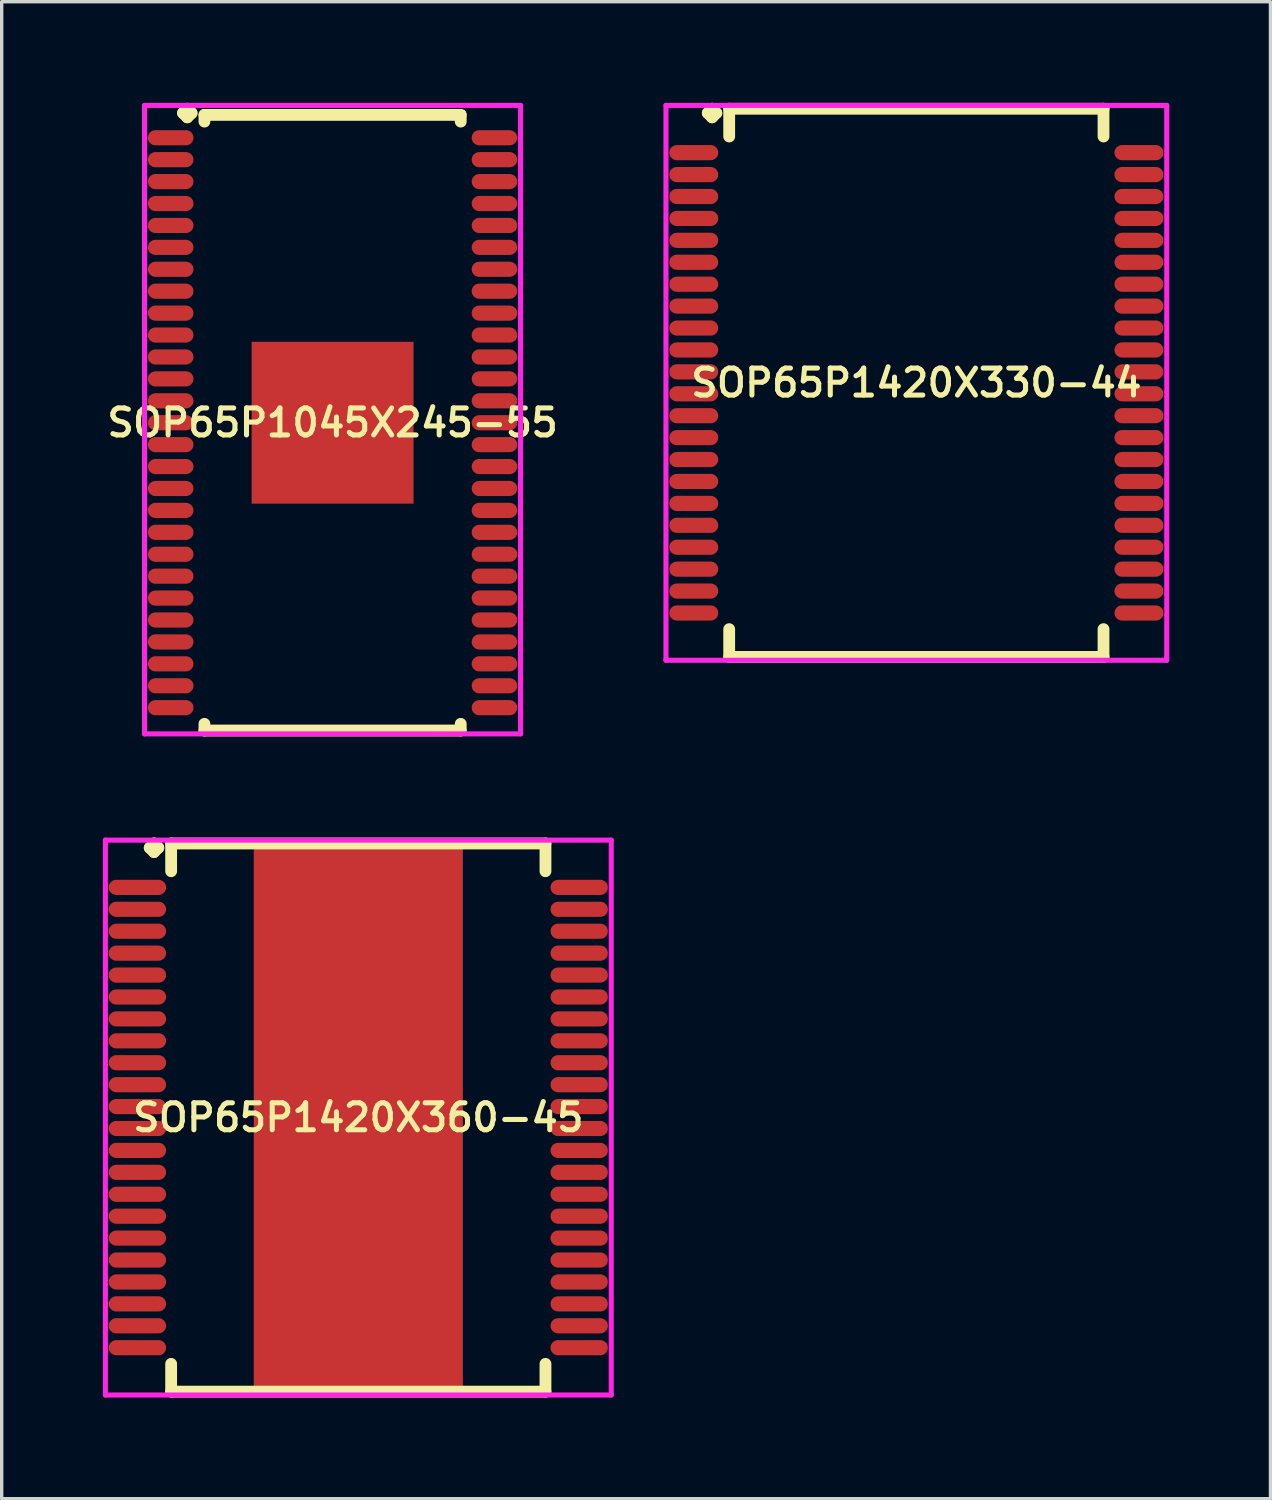
<source format=kicad_pcb>
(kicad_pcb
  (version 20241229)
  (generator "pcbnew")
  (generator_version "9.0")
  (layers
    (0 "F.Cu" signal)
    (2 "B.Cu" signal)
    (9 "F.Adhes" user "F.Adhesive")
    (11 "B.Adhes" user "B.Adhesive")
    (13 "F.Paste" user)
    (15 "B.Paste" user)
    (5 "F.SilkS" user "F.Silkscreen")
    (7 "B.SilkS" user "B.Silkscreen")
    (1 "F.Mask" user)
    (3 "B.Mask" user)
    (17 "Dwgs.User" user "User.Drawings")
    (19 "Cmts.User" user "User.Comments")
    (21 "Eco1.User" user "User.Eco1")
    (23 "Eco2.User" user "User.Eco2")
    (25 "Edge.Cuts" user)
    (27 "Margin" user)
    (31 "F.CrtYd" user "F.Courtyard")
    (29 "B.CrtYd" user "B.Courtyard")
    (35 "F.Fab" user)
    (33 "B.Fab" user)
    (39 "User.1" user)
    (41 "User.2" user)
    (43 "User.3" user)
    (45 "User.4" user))
  (footprint "SOP65P1045X245-55"
    (layer "F.Cu")
    (at 6.812 9.485)
    (property "Reference" "SOP65P1045X245-55" (at 0 0 0) (layer "F.SilkS") (effects (font (size 0.8 0.8) (thickness 0.15))))
    (attr smd)
    (fp_line (start -4.435 -9.183) (end -4.308 -9.31) (stroke (width 0.35) (type solid)) (layer "F.SilkS"))
    (fp_line (start -4.308 -9.31) (end -4.181 -9.183) (stroke (width 0.35) (type solid)) (layer "F.SilkS"))
    (fp_line (start -4.308 -9.056) (end -4.435 -9.183) (stroke (width 0.35) (type solid)) (layer "F.SilkS"))
    (fp_line (start -4.181 -9.183) (end -4.308 -9.056) (stroke (width 0.35) (type solid)) (layer "F.SilkS"))
    (fp_line (start -3.8 -9.127) (end 3.8 -9.127) (stroke (width 0.35) (type solid)) (layer "F.SilkS"))
    (fp_line (start -3.8 -8.929) (end -3.8 -9.127) (stroke (width 0.35) (type solid)) (layer "F.SilkS"))
    (fp_line (start -3.8 8.929) (end -3.8 9.127) (stroke (width 0.35) (type solid)) (layer "F.SilkS"))
    (fp_line (start -3.8 9.127) (end 3.8 9.127) (stroke (width 0.35) (type solid)) (layer "F.SilkS"))
    (fp_line (start 3.8 -9.127) (end 3.8 -8.929) (stroke (width 0.35) (type solid)) (layer "F.SilkS"))
    (fp_line (start 3.8 9.127) (end 3.8 8.929) (stroke (width 0.35) (type solid)) (layer "F.SilkS"))
    (fp_line (start -5.575 -9.41) (end 5.575 -9.41) (stroke (width 0.15) (type solid)) (layer "F.CrtYd"))
    (fp_line (start -5.575 9.227) (end -5.575 -9.41) (stroke (width 0.15) (type solid)) (layer "F.CrtYd"))
    (fp_line (start 5.575 -9.41) (end 5.575 9.227) (stroke (width 0.15) (type solid)) (layer "F.CrtYd"))
    (fp_line (start 5.575 9.227) (end -5.575 9.227) (stroke (width 0.15) (type solid)) (layer "F.CrtYd"))
    (pad "1" smd oval (at -4.8 -8.45) (size 1.35 0.45) (layers "F.Cu" "F.Mask" "F.Paste"))
    (pad "2" smd oval (at -4.8 -7.8) (size 1.35 0.45) (layers "F.Cu" "F.Mask" "F.Paste"))
    (pad "3" smd oval (at -4.8 -7.15) (size 1.35 0.45) (layers "F.Cu" "F.Mask" "F.Paste"))
    (pad "4" smd oval (at -4.8 -6.5) (size 1.35 0.45) (layers "F.Cu" "F.Mask" "F.Paste"))
    (pad "5" smd oval (at -4.8 -5.85) (size 1.35 0.45) (layers "F.Cu" "F.Mask" "F.Paste"))
    (pad "6" smd oval (at -4.8 -5.2) (size 1.35 0.45) (layers "F.Cu" "F.Mask" "F.Paste"))
    (pad "7" smd oval (at -4.8 -4.55) (size 1.35 0.45) (layers "F.Cu" "F.Mask" "F.Paste"))
    (pad "8" smd oval (at -4.8 -3.9) (size 1.35 0.45) (layers "F.Cu" "F.Mask" "F.Paste"))
    (pad "9" smd oval (at -4.8 -3.25) (size 1.35 0.45) (layers "F.Cu" "F.Mask" "F.Paste"))
    (pad "10" smd oval (at -4.8 -2.6) (size 1.35 0.45) (layers "F.Cu" "F.Mask" "F.Paste"))
    (pad "11" smd oval (at -4.8 -1.95) (size 1.35 0.45) (layers "F.Cu" "F.Mask" "F.Paste"))
    (pad "12" smd oval (at -4.8 -1.3) (size 1.35 0.45) (layers "F.Cu" "F.Mask" "F.Paste"))
    (pad "13" smd oval (at -4.8 -0.65) (size 1.35 0.45) (layers "F.Cu" "F.Mask" "F.Paste"))
    (pad "14" smd oval (at -4.8 0) (size 1.35 0.45) (layers "F.Cu" "F.Mask" "F.Paste"))
    (pad "15" smd oval (at -4.8 0.65) (size 1.35 0.45) (layers "F.Cu" "F.Mask" "F.Paste"))
    (pad "16" smd oval (at -4.8 1.3) (size 1.35 0.45) (layers "F.Cu" "F.Mask" "F.Paste"))
    (pad "17" smd oval (at -4.8 1.95) (size 1.35 0.45) (layers "F.Cu" "F.Mask" "F.Paste"))
    (pad "18" smd oval (at -4.8 2.6) (size 1.35 0.45) (layers "F.Cu" "F.Mask" "F.Paste"))
    (pad "19" smd oval (at -4.8 3.25) (size 1.35 0.45) (layers "F.Cu" "F.Mask" "F.Paste"))
    (pad "20" smd oval (at -4.8 3.9) (size 1.35 0.45) (layers "F.Cu" "F.Mask" "F.Paste"))
    (pad "21" smd oval (at -4.8 4.55) (size 1.35 0.45) (layers "F.Cu" "F.Mask" "F.Paste"))
    (pad "22" smd oval (at -4.8 5.2) (size 1.35 0.45) (layers "F.Cu" "F.Mask" "F.Paste"))
    (pad "23" smd oval (at -4.8 5.85) (size 1.35 0.45) (layers "F.Cu" "F.Mask" "F.Paste"))
    (pad "24" smd oval (at -4.8 6.5) (size 1.35 0.45) (layers "F.Cu" "F.Mask" "F.Paste"))
    (pad "25" smd oval (at -4.8 7.15) (size 1.35 0.45) (layers "F.Cu" "F.Mask" "F.Paste"))
    (pad "26" smd oval (at -4.8 7.8) (size 1.35 0.45) (layers "F.Cu" "F.Mask" "F.Paste"))
    (pad "27" smd oval (at -4.8 8.45) (size 1.35 0.45) (layers "F.Cu" "F.Mask" "F.Paste"))
    (pad "28" smd oval (at 4.8 8.45) (size 1.35 0.45) (layers "F.Cu" "F.Mask" "F.Paste"))
    (pad "29" smd oval (at 4.8 7.8) (size 1.35 0.45) (layers "F.Cu" "F.Mask" "F.Paste"))
    (pad "30" smd oval (at 4.8 7.15) (size 1.35 0.45) (layers "F.Cu" "F.Mask" "F.Paste"))
    (pad "31" smd oval (at 4.8 6.5) (size 1.35 0.45) (layers "F.Cu" "F.Mask" "F.Paste"))
    (pad "32" smd oval (at 4.8 5.85) (size 1.35 0.45) (layers "F.Cu" "F.Mask" "F.Paste"))
    (pad "33" smd oval (at 4.8 5.2) (size 1.35 0.45) (layers "F.Cu" "F.Mask" "F.Paste"))
    (pad "34" smd oval (at 4.8 4.55) (size 1.35 0.45) (layers "F.Cu" "F.Mask" "F.Paste"))
    (pad "35" smd oval (at 4.8 3.9) (size 1.35 0.45) (layers "F.Cu" "F.Mask" "F.Paste"))
    (pad "36" smd oval (at 4.8 3.25) (size 1.35 0.45) (layers "F.Cu" "F.Mask" "F.Paste"))
    (pad "37" smd oval (at 4.8 2.6) (size 1.35 0.45) (layers "F.Cu" "F.Mask" "F.Paste"))
    (pad "38" smd oval (at 4.8 1.95) (size 1.35 0.45) (layers "F.Cu" "F.Mask" "F.Paste"))
    (pad "39" smd oval (at 4.8 1.3) (size 1.35 0.45) (layers "F.Cu" "F.Mask" "F.Paste"))
    (pad "40" smd oval (at 4.8 0.65) (size 1.35 0.45) (layers "F.Cu" "F.Mask" "F.Paste"))
    (pad "41" smd oval (at 4.8 0) (size 1.35 0.45) (layers "F.Cu" "F.Mask" "F.Paste"))
    (pad "42" smd oval (at 4.8 -0.65) (size 1.35 0.45) (layers "F.Cu" "F.Mask" "F.Paste"))
    (pad "43" smd oval (at 4.8 -1.3) (size 1.35 0.45) (layers "F.Cu" "F.Mask" "F.Paste"))
    (pad "44" smd oval (at 4.8 -1.95) (size 1.35 0.45) (layers "F.Cu" "F.Mask" "F.Paste"))
    (pad "45" smd oval (at 4.8 -2.6) (size 1.35 0.45) (layers "F.Cu" "F.Mask" "F.Paste"))
    (pad "46" smd oval (at 4.8 -3.25) (size 1.35 0.45) (layers "F.Cu" "F.Mask" "F.Paste"))
    (pad "47" smd oval (at 4.8 -3.9) (size 1.35 0.45) (layers "F.Cu" "F.Mask" "F.Paste"))
    (pad "48" smd oval (at 4.8 -4.55) (size 1.35 0.45) (layers "F.Cu" "F.Mask" "F.Paste"))
    (pad "49" smd oval (at 4.8 -5.2) (size 1.35 0.45) (layers "F.Cu" "F.Mask" "F.Paste"))
    (pad "50" smd oval (at 4.8 -5.85) (size 1.35 0.45) (layers "F.Cu" "F.Mask" "F.Paste"))
    (pad "51" smd oval (at 4.8 -6.5) (size 1.35 0.45) (layers "F.Cu" "F.Mask" "F.Paste"))
    (pad "52" smd oval (at 4.8 -7.15) (size 1.35 0.45) (layers "F.Cu" "F.Mask" "F.Paste"))
    (pad "53" smd oval (at 4.8 -7.8) (size 1.35 0.45) (layers "F.Cu" "F.Mask" "F.Paste"))
    (pad "54" smd oval (at 4.8 -8.45) (size 1.35 0.45) (layers "F.Cu" "F.Mask" "F.Paste"))
    (pad "55" smd rect (at 0 0) (size 4.8 4.8) (layers "F.Cu" "F.Mask" "F.Paste")))
  (footprint "SOP65P1420X330-44"
    (layer "F.Cu")
    (at 24.123 8.302)
    (property "Reference" "SOP65P1420X330-44" (at 0 0 0) (layer "F.SilkS") (effects (font (size 0.8 0.8) (thickness 0.15))))
    (attr through_hole)
    (fp_line (start -6.185 -8) (end -6.058 -8.127) (stroke (width 0.35) (type solid)) (layer "F.SilkS"))
    (fp_line (start -6.058 -8.127) (end -5.931 -8) (stroke (width 0.35) (type solid)) (layer "F.SilkS"))
    (fp_line (start -6.058 -7.873) (end -6.185 -8) (stroke (width 0.35) (type solid)) (layer "F.SilkS"))
    (fp_line (start -5.931 -8) (end -6.058 -7.873) (stroke (width 0.35) (type solid)) (layer "F.SilkS"))
    (fp_line (start -5.55 -8.127) (end 5.55 -8.127) (stroke (width 0.35) (type solid)) (layer "F.SilkS"))
    (fp_line (start -5.55 -7.304) (end -5.55 -8.127) (stroke (width 0.35) (type solid)) (layer "F.SilkS"))
    (fp_line (start -5.55 7.304) (end -5.55 8.127) (stroke (width 0.35) (type solid)) (layer "F.SilkS"))
    (fp_line (start -5.55 8.127) (end 5.55 8.127) (stroke (width 0.35) (type solid)) (layer "F.SilkS"))
    (fp_line (start 5.55 -8.127) (end 5.55 -7.304) (stroke (width 0.35) (type solid)) (layer "F.SilkS"))
    (fp_line (start 5.55 8.127) (end 5.55 7.304) (stroke (width 0.35) (type solid)) (layer "F.SilkS"))
    (fp_line (start -7.425 -8.227) (end 7.425 -8.227) (stroke (width 0.15) (type solid)) (layer "F.CrtYd"))
    (fp_line (start -7.425 8.227) (end -7.425 -8.227) (stroke (width 0.15) (type solid)) (layer "F.CrtYd"))
    (fp_line (start 7.425 -8.227) (end 7.425 8.227) (stroke (width 0.15) (type solid)) (layer "F.CrtYd"))
    (fp_line (start 7.425 8.227) (end -7.425 8.227) (stroke (width 0.15) (type solid)) (layer "F.CrtYd"))
    (pad "1" smd oval (at -6.6 -6.825) (size 1.45 0.45) (layers "F.Cu" "F.Mask" "F.Paste"))
    (pad "2" smd oval (at -6.6 -6.175) (size 1.45 0.45) (layers "F.Cu" "F.Mask" "F.Paste"))
    (pad "3" smd oval (at -6.6 -5.525) (size 1.45 0.45) (layers "F.Cu" "F.Mask" "F.Paste"))
    (pad "4" smd oval (at -6.6 -4.875) (size 1.45 0.45) (layers "F.Cu" "F.Mask" "F.Paste"))
    (pad "5" smd oval (at -6.6 -4.225) (size 1.45 0.45) (layers "F.Cu" "F.Mask" "F.Paste"))
    (pad "6" smd oval (at -6.6 -3.575) (size 1.45 0.45) (layers "F.Cu" "F.Mask" "F.Paste"))
    (pad "7" smd oval (at -6.6 -2.925) (size 1.45 0.45) (layers "F.Cu" "F.Mask" "F.Paste"))
    (pad "8" smd oval (at -6.6 -2.275) (size 1.45 0.45) (layers "F.Cu" "F.Mask" "F.Paste"))
    (pad "9" smd oval (at -6.6 -1.625) (size 1.45 0.45) (layers "F.Cu" "F.Mask" "F.Paste"))
    (pad "10" smd oval (at -6.6 -0.975) (size 1.45 0.45) (layers "F.Cu" "F.Mask" "F.Paste"))
    (pad "11" smd oval (at -6.6 -0.325) (size 1.45 0.45) (layers "F.Cu" "F.Mask" "F.Paste"))
    (pad "12" smd oval (at -6.6 0.325) (size 1.45 0.45) (layers "F.Cu" "F.Mask" "F.Paste"))
    (pad "13" smd oval (at -6.6 0.975) (size 1.45 0.45) (layers "F.Cu" "F.Mask" "F.Paste"))
    (pad "14" smd oval (at -6.6 1.625) (size 1.45 0.45) (layers "F.Cu" "F.Mask" "F.Paste"))
    (pad "15" smd oval (at -6.6 2.275) (size 1.45 0.45) (layers "F.Cu" "F.Mask" "F.Paste"))
    (pad "16" smd oval (at -6.6 2.925) (size 1.45 0.45) (layers "F.Cu" "F.Mask" "F.Paste"))
    (pad "17" smd oval (at -6.6 3.575) (size 1.45 0.45) (layers "F.Cu" "F.Mask" "F.Paste"))
    (pad "18" smd oval (at -6.6 4.225) (size 1.45 0.45) (layers "F.Cu" "F.Mask" "F.Paste"))
    (pad "19" smd oval (at -6.6 4.875) (size 1.45 0.45) (layers "F.Cu" "F.Mask" "F.Paste"))
    (pad "20" smd oval (at -6.6 5.525) (size 1.45 0.45) (layers "F.Cu" "F.Mask" "F.Paste"))
    (pad "21" smd oval (at -6.6 6.175) (size 1.45 0.45) (layers "F.Cu" "F.Mask" "F.Paste"))
    (pad "22" smd oval (at -6.6 6.825) (size 1.45 0.45) (layers "F.Cu" "F.Mask" "F.Paste"))
    (pad "23" smd oval (at 6.6 6.825) (size 1.45 0.45) (layers "F.Cu" "F.Mask" "F.Paste"))
    (pad "24" smd oval (at 6.6 6.175) (size 1.45 0.45) (layers "F.Cu" "F.Mask" "F.Paste"))
    (pad "25" smd oval (at 6.6 5.525) (size 1.45 0.45) (layers "F.Cu" "F.Mask" "F.Paste"))
    (pad "26" smd oval (at 6.6 4.875) (size 1.45 0.45) (layers "F.Cu" "F.Mask" "F.Paste"))
    (pad "27" smd oval (at 6.6 4.225) (size 1.45 0.45) (layers "F.Cu" "F.Mask" "F.Paste"))
    (pad "28" smd oval (at 6.6 3.575) (size 1.45 0.45) (layers "F.Cu" "F.Mask" "F.Paste"))
    (pad "29" smd oval (at 6.6 2.925) (size 1.45 0.45) (layers "F.Cu" "F.Mask" "F.Paste"))
    (pad "30" smd oval (at 6.6 2.275) (size 1.45 0.45) (layers "F.Cu" "F.Mask" "F.Paste"))
    (pad "31" smd oval (at 6.6 1.625) (size 1.45 0.45) (layers "F.Cu" "F.Mask" "F.Paste"))
    (pad "32" smd oval (at 6.6 0.975) (size 1.45 0.45) (layers "F.Cu" "F.Mask" "F.Paste"))
    (pad "33" smd oval (at 6.6 0.325) (size 1.45 0.45) (layers "F.Cu" "F.Mask" "F.Paste"))
    (pad "34" smd oval (at 6.6 -0.325) (size 1.45 0.45) (layers "F.Cu" "F.Mask" "F.Paste"))
    (pad "35" smd oval (at 6.6 -0.975) (size 1.45 0.45) (layers "F.Cu" "F.Mask" "F.Paste"))
    (pad "36" smd oval (at 6.6 -1.625) (size 1.45 0.45) (layers "F.Cu" "F.Mask" "F.Paste"))
    (pad "37" smd oval (at 6.6 -2.275) (size 1.45 0.45) (layers "F.Cu" "F.Mask" "F.Paste"))
    (pad "38" smd oval (at 6.6 -2.925) (size 1.45 0.45) (layers "F.Cu" "F.Mask" "F.Paste"))
    (pad "39" smd oval (at 6.6 -3.575) (size 1.45 0.45) (layers "F.Cu" "F.Mask" "F.Paste"))
    (pad "40" smd oval (at 6.6 -4.225) (size 1.45 0.45) (layers "F.Cu" "F.Mask" "F.Paste"))
    (pad "41" smd oval (at 6.6 -4.875) (size 1.45 0.45) (layers "F.Cu" "F.Mask" "F.Paste"))
    (pad "42" smd oval (at 6.6 -5.525) (size 1.45 0.45) (layers "F.Cu" "F.Mask" "F.Paste"))
    (pad "43" smd oval (at 6.6 -6.175) (size 1.45 0.45) (layers "F.Cu" "F.Mask" "F.Paste"))
    (pad "44" smd oval (at 6.6 -6.825) (size 1.45 0.45) (layers "F.Cu" "F.Mask" "F.Paste")))
  (footprint "SOP65P1420X360-45"
    (layer "F.Cu")
    (at 7.575 30.089)
    (property "Reference" "SOP65P1420X360-45" (at 0 0 0) (layer "F.SilkS") (effects (font (size 0.8 0.8) (thickness 0.15))))
    (attr smd)
    (fp_line (start -6.185 -8) (end -6.058 -8.127) (stroke (width 0.35) (type solid)) (layer "F.SilkS"))
    (fp_line (start -6.058 -8.127) (end -5.931 -8) (stroke (width 0.35) (type solid)) (layer "F.SilkS"))
    (fp_line (start -6.058 -7.873) (end -6.185 -8) (stroke (width 0.35) (type solid)) (layer "F.SilkS"))
    (fp_line (start -5.931 -8) (end -6.058 -7.873) (stroke (width 0.35) (type solid)) (layer "F.SilkS"))
    (fp_line (start -5.55 -8.127) (end 5.55 -8.127) (stroke (width 0.35) (type solid)) (layer "F.SilkS"))
    (fp_line (start -5.55 -7.304) (end -5.55 -8.127) (stroke (width 0.35) (type solid)) (layer "F.SilkS"))
    (fp_line (start -5.55 7.304) (end -5.55 8.127) (stroke (width 0.35) (type solid)) (layer "F.SilkS"))
    (fp_line (start -5.55 8.127) (end 5.55 8.127) (stroke (width 0.35) (type solid)) (layer "F.SilkS"))
    (fp_line (start 5.55 -8.127) (end 5.55 -7.304) (stroke (width 0.35) (type solid)) (layer "F.SilkS"))
    (fp_line (start 5.55 8.127) (end 5.55 7.304) (stroke (width 0.35) (type solid)) (layer "F.SilkS"))
    (fp_line (start -7.5 -8.227) (end 7.5 -8.227) (stroke (width 0.15) (type solid)) (layer "F.CrtYd"))
    (fp_line (start -7.5 8.227) (end -7.5 -8.227) (stroke (width 0.15) (type solid)) (layer "F.CrtYd"))
    (fp_line (start 7.5 -8.227) (end 7.5 8.227) (stroke (width 0.15) (type solid)) (layer "F.CrtYd"))
    (fp_line (start 7.5 8.227) (end -7.5 8.227) (stroke (width 0.15) (type solid)) (layer "F.CrtYd"))
    (pad "1" smd oval (at -6.55 -6.825) (size 1.7 0.45) (layers "F.Cu" "F.Mask" "F.Paste"))
    (pad "2" smd oval (at -6.55 -6.175) (size 1.7 0.45) (layers "F.Cu" "F.Mask" "F.Paste"))
    (pad "3" smd oval (at -6.55 -5.525) (size 1.7 0.45) (layers "F.Cu" "F.Mask" "F.Paste"))
    (pad "4" smd oval (at -6.55 -4.875) (size 1.7 0.45) (layers "F.Cu" "F.Mask" "F.Paste"))
    (pad "5" smd oval (at -6.55 -4.225) (size 1.7 0.45) (layers "F.Cu" "F.Mask" "F.Paste"))
    (pad "6" smd oval (at -6.55 -3.575) (size 1.7 0.45) (layers "F.Cu" "F.Mask" "F.Paste"))
    (pad "7" smd oval (at -6.55 -2.925) (size 1.7 0.45) (layers "F.Cu" "F.Mask" "F.Paste"))
    (pad "8" smd oval (at -6.55 -2.275) (size 1.7 0.45) (layers "F.Cu" "F.Mask" "F.Paste"))
    (pad "9" smd oval (at -6.55 -1.625) (size 1.7 0.45) (layers "F.Cu" "F.Mask" "F.Paste"))
    (pad "10" smd oval (at -6.55 -0.975) (size 1.7 0.45) (layers "F.Cu" "F.Mask" "F.Paste"))
    (pad "11" smd oval (at -6.55 -0.325) (size 1.7 0.45) (layers "F.Cu" "F.Mask" "F.Paste"))
    (pad "12" smd oval (at -6.55 0.325) (size 1.7 0.45) (layers "F.Cu" "F.Mask" "F.Paste"))
    (pad "13" smd oval (at -6.55 0.975) (size 1.7 0.45) (layers "F.Cu" "F.Mask" "F.Paste"))
    (pad "14" smd oval (at -6.55 1.625) (size 1.7 0.45) (layers "F.Cu" "F.Mask" "F.Paste"))
    (pad "15" smd oval (at -6.55 2.275) (size 1.7 0.45) (layers "F.Cu" "F.Mask" "F.Paste"))
    (pad "16" smd oval (at -6.55 2.925) (size 1.7 0.45) (layers "F.Cu" "F.Mask" "F.Paste"))
    (pad "17" smd oval (at -6.55 3.575) (size 1.7 0.45) (layers "F.Cu" "F.Mask" "F.Paste"))
    (pad "18" smd oval (at -6.55 4.225) (size 1.7 0.45) (layers "F.Cu" "F.Mask" "F.Paste"))
    (pad "19" smd oval (at -6.55 4.875) (size 1.7 0.45) (layers "F.Cu" "F.Mask" "F.Paste"))
    (pad "20" smd oval (at -6.55 5.525) (size 1.7 0.45) (layers "F.Cu" "F.Mask" "F.Paste"))
    (pad "21" smd oval (at -6.55 6.175) (size 1.7 0.45) (layers "F.Cu" "F.Mask" "F.Paste"))
    (pad "22" smd oval (at -6.55 6.825) (size 1.7 0.45) (layers "F.Cu" "F.Mask" "F.Paste"))
    (pad "23" smd oval (at 6.55 6.825) (size 1.7 0.45) (layers "F.Cu" "F.Mask" "F.Paste"))
    (pad "24" smd oval (at 6.55 6.175) (size 1.7 0.45) (layers "F.Cu" "F.Mask" "F.Paste"))
    (pad "25" smd oval (at 6.55 5.525) (size 1.7 0.45) (layers "F.Cu" "F.Mask" "F.Paste"))
    (pad "26" smd oval (at 6.55 4.875) (size 1.7 0.45) (layers "F.Cu" "F.Mask" "F.Paste"))
    (pad "27" smd oval (at 6.55 4.225) (size 1.7 0.45) (layers "F.Cu" "F.Mask" "F.Paste"))
    (pad "28" smd oval (at 6.55 3.575) (size 1.7 0.45) (layers "F.Cu" "F.Mask" "F.Paste"))
    (pad "29" smd oval (at 6.55 2.925) (size 1.7 0.45) (layers "F.Cu" "F.Mask" "F.Paste"))
    (pad "30" smd oval (at 6.55 2.275) (size 1.7 0.45) (layers "F.Cu" "F.Mask" "F.Paste"))
    (pad "31" smd oval (at 6.55 1.625) (size 1.7 0.45) (layers "F.Cu" "F.Mask" "F.Paste"))
    (pad "32" smd oval (at 6.55 0.975) (size 1.7 0.45) (layers "F.Cu" "F.Mask" "F.Paste"))
    (pad "33" smd oval (at 6.55 0.325) (size 1.7 0.45) (layers "F.Cu" "F.Mask" "F.Paste"))
    (pad "34" smd oval (at 6.55 -0.325) (size 1.7 0.45) (layers "F.Cu" "F.Mask" "F.Paste"))
    (pad "35" smd oval (at 6.55 -0.975) (size 1.7 0.45) (layers "F.Cu" "F.Mask" "F.Paste"))
    (pad "36" smd oval (at 6.55 -1.625) (size 1.7 0.45) (layers "F.Cu" "F.Mask" "F.Paste"))
    (pad "37" smd oval (at 6.55 -2.275) (size 1.7 0.45) (layers "F.Cu" "F.Mask" "F.Paste"))
    (pad "38" smd oval (at 6.55 -2.925) (size 1.7 0.45) (layers "F.Cu" "F.Mask" "F.Paste"))
    (pad "39" smd oval (at 6.55 -3.575) (size 1.7 0.45) (layers "F.Cu" "F.Mask" "F.Paste"))
    (pad "40" smd oval (at 6.55 -4.225) (size 1.7 0.45) (layers "F.Cu" "F.Mask" "F.Paste"))
    (pad "41" smd oval (at 6.55 -4.875) (size 1.7 0.45) (layers "F.Cu" "F.Mask" "F.Paste"))
    (pad "42" smd oval (at 6.55 -5.525) (size 1.7 0.45) (layers "F.Cu" "F.Mask" "F.Paste"))
    (pad "43" smd oval (at 6.55 -6.175) (size 1.7 0.45) (layers "F.Cu" "F.Mask" "F.Paste"))
    (pad "44" smd oval (at 6.55 -6.825) (size 1.7 0.45) (layers "F.Cu" "F.Mask" "F.Paste"))
    (pad "45" smd rect (at 0 0) (size 6.2 16) (layers "F.Cu" "F.Mask" "F.Paste")))
  (gr_rect
    (start -3 -3)
    (end 34.623 41.391)
    (stroke (width 0.1) (type default))
    (fill no)
    (layer "Edge.Cuts")))
</source>
